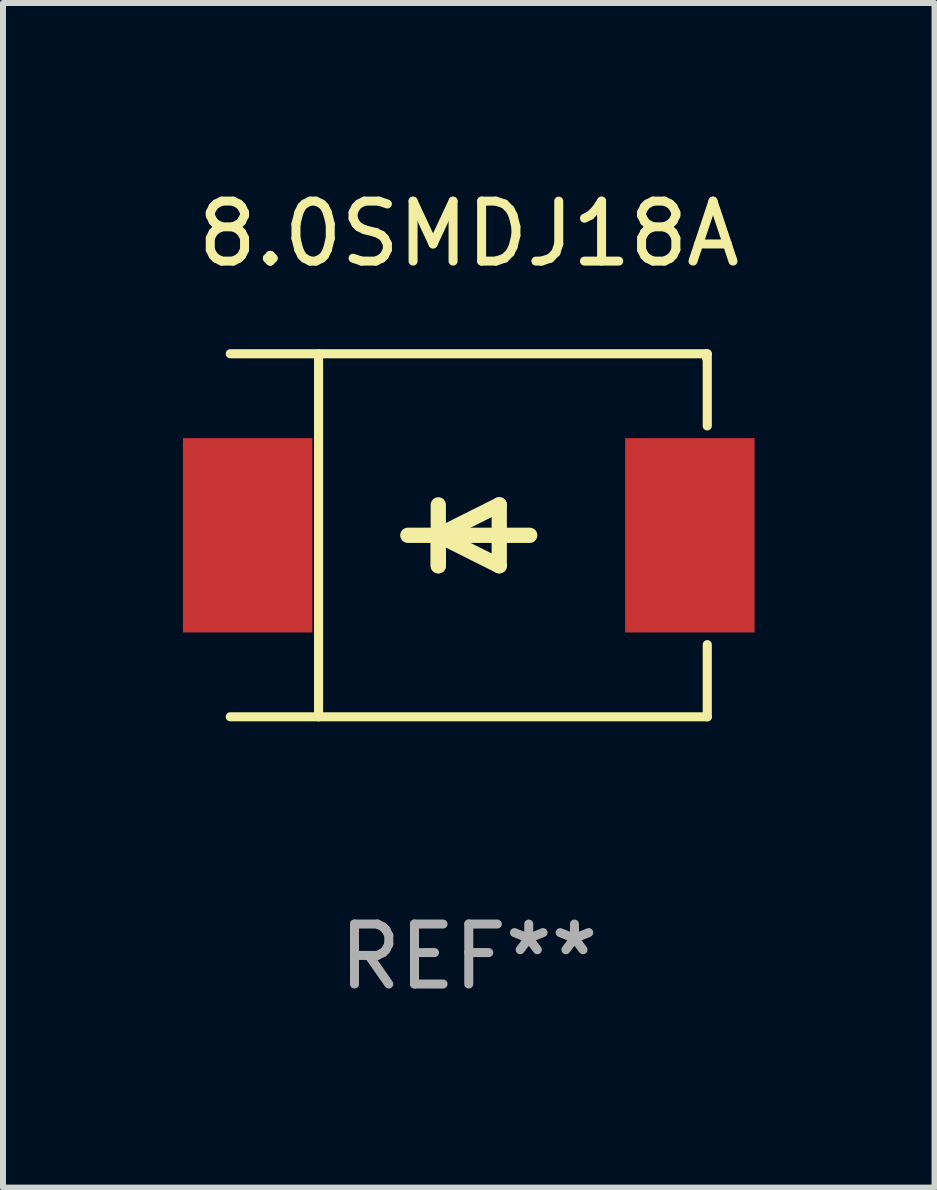
<source format=kicad_pcb>
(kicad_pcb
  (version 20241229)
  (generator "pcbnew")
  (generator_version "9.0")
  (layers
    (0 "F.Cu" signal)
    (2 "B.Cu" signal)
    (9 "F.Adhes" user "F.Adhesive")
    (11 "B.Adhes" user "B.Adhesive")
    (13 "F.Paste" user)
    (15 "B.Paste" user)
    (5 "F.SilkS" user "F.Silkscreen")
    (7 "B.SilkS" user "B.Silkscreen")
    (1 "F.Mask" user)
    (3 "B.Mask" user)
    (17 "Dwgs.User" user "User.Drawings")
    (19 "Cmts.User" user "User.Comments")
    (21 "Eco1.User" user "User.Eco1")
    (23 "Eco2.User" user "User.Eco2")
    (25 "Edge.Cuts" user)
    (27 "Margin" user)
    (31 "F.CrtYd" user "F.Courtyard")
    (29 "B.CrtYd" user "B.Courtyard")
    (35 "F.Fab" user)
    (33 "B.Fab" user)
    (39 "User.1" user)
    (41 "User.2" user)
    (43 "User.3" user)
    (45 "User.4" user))
  (footprint "8.0SMDJ18A"
    (layer "F.Cu")
    (at 4.765 5.874)
    (property "Reference" "8.0SMDJ18A" (at 0 -5.026 0) (layer "F.SilkS") (effects (font (size 1 1) (thickness 0.15))))
    (attr through_hole)
    (fp_line (start -3.976 -3.026) (end 3.976 -3.026) (stroke (width 0.152) (type solid)) (layer "F.SilkS"))
    (fp_line (start -3.976 3.026) (end 3.976 3.026) (stroke (width 0.152) (type solid)) (layer "F.SilkS"))
    (fp_line (start -2.504 -3.026) (end -2.504 3.026) (stroke (width 0.152) (type solid)) (layer "F.SilkS"))
    (fp_line (start -0.508 0) (end -0.508 0.508) (stroke (width 0.254) (type solid)) (layer "F.SilkS"))
    (fp_line (start -0.508 0) (end 0.508 0.508) (stroke (width 0.254) (type solid)) (layer "F.SilkS"))
    (fp_line (start -0.508 0.508) (end -0.508 -0.508) (stroke (width 0.254) (type solid)) (layer "F.SilkS"))
    (fp_line (start 0.508 -0.508) (end -0.508 0) (stroke (width 0.254) (type solid)) (layer "F.SilkS"))
    (fp_line (start 0.508 0.508) (end 0.508 -0.508) (stroke (width 0.254) (type solid)) (layer "F.SilkS"))
    (fp_line (start 1.016 0) (end -1.016 0) (stroke (width 0.254) (type solid)) (layer "F.SilkS"))
    (fp_line (start 3.976 -3.026) (end 3.976 -1.823) (stroke (width 0.152) (type solid)) (layer "F.SilkS"))
    (fp_line (start 3.976 3.026) (end 3.976 1.823) (stroke (width 0.152) (type solid)) (layer "F.SilkS"))
    (fp_circle (center 3.95 -2.95) (end 3.98 -2.95) (stroke (width 0.06) (type solid)) (fill no) (layer "F.SilkS"))
    (fp_text user "REF**" (at 0 7.026 0) (layer "F.Fab") (effects (font (size 1 1) (thickness 0.15))))
    (pad "1" smd rect (at 3.686 0 180) (size 2.158 3.24) (layers "F.Cu" "F.Mask" "F.Paste"))
    (pad "2" smd rect (at -3.686 0 180) (size 2.158 3.24) (layers "F.Cu" "F.Mask" "F.Paste")))
  (gr_rect
    (start -3 -3)
    (end 12.53 16.749)
    (stroke (width 0.1) (type default))
    (fill no)
    (layer "Edge.Cuts")))
</source>
